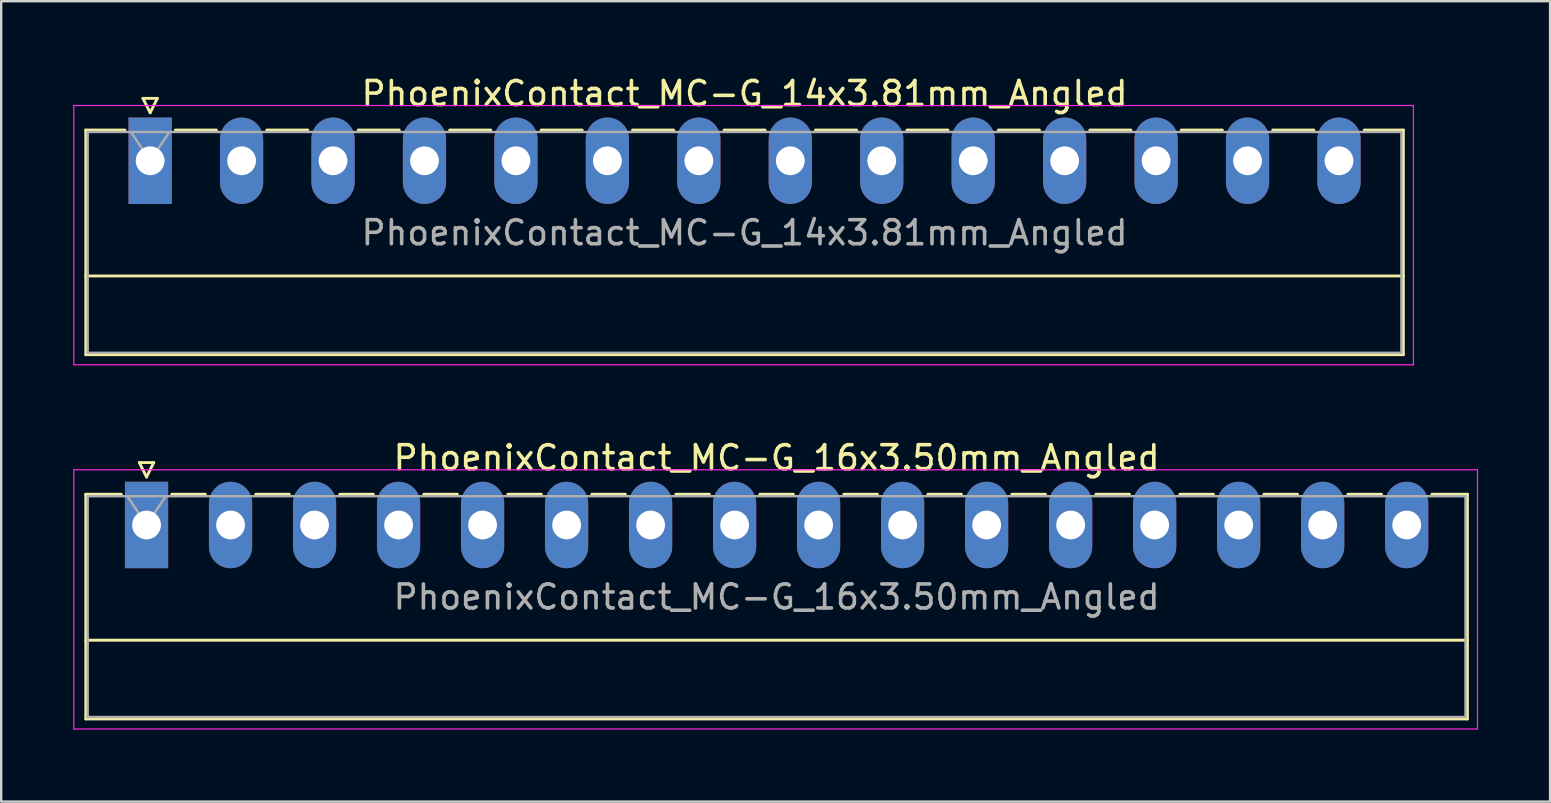
<source format=kicad_pcb>
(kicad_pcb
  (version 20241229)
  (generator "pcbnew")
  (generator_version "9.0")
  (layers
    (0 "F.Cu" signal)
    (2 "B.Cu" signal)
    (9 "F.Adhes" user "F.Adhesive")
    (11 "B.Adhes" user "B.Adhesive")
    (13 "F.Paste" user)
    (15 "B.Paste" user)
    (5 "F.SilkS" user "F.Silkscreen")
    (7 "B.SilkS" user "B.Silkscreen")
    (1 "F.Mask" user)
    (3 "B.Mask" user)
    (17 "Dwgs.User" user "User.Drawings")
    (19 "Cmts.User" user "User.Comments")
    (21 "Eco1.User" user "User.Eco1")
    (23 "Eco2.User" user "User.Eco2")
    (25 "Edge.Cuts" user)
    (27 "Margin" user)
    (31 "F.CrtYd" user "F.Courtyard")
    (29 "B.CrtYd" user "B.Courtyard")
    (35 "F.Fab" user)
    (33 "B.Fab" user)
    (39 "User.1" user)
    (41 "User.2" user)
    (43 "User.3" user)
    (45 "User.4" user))
  (footprint "PhoenixContact_MC-G_16x3.50mm_Angled"
    (layer "F.Cu")
    (at 3.055 18.822)
    (property "Reference" "PhoenixContact_MC-G_16x3.50mm_Angled" (at 26.25 -2.8 0) (layer "F.SilkS") (effects (font (size 1 1) (thickness 0.15))))
    (attr through_hole)
    (fp_line (start -2.53 -1.28) (end -2.53 8.08) (stroke (width 0.12) (type solid)) (layer "F.SilkS"))
    (fp_line (start -2.53 -1.28) (end -1.05 -1.28) (stroke (width 0.12) (type solid)) (layer "F.SilkS"))
    (fp_line (start -2.53 4.8) (end 55.03 4.8) (stroke (width 0.12) (type solid)) (layer "F.SilkS"))
    (fp_line (start -2.53 8.08) (end 55.03 8.08) (stroke (width 0.12) (type solid)) (layer "F.SilkS"))
    (fp_line (start -0.3 -2.6) (end 0.3 -2.6) (stroke (width 0.12) (type solid)) (layer "F.SilkS"))
    (fp_line (start 0 -2) (end -0.3 -2.6) (stroke (width 0.12) (type solid)) (layer "F.SilkS"))
    (fp_line (start 0.3 -2.6) (end 0 -2) (stroke (width 0.12) (type solid)) (layer "F.SilkS"))
    (fp_line (start 1.05 -1.28) (end 2.45 -1.28) (stroke (width 0.12) (type solid)) (layer "F.SilkS"))
    (fp_line (start 4.55 -1.28) (end 5.95 -1.28) (stroke (width 0.12) (type solid)) (layer "F.SilkS"))
    (fp_line (start 8.05 -1.28) (end 9.45 -1.28) (stroke (width 0.12) (type solid)) (layer "F.SilkS"))
    (fp_line (start 11.55 -1.28) (end 12.95 -1.28) (stroke (width 0.12) (type solid)) (layer "F.SilkS"))
    (fp_line (start 15.05 -1.28) (end 16.45 -1.28) (stroke (width 0.12) (type solid)) (layer "F.SilkS"))
    (fp_line (start 18.55 -1.28) (end 19.95 -1.28) (stroke (width 0.12) (type solid)) (layer "F.SilkS"))
    (fp_line (start 22.05 -1.28) (end 23.45 -1.28) (stroke (width 0.12) (type solid)) (layer "F.SilkS"))
    (fp_line (start 25.55 -1.28) (end 26.95 -1.28) (stroke (width 0.12) (type solid)) (layer "F.SilkS"))
    (fp_line (start 29.05 -1.28) (end 30.45 -1.28) (stroke (width 0.12) (type solid)) (layer "F.SilkS"))
    (fp_line (start 32.55 -1.28) (end 33.95 -1.28) (stroke (width 0.12) (type solid)) (layer "F.SilkS"))
    (fp_line (start 36.05 -1.28) (end 37.45 -1.28) (stroke (width 0.12) (type solid)) (layer "F.SilkS"))
    (fp_line (start 39.55 -1.28) (end 40.95 -1.28) (stroke (width 0.12) (type solid)) (layer "F.SilkS"))
    (fp_line (start 43.05 -1.28) (end 44.45 -1.28) (stroke (width 0.12) (type solid)) (layer "F.SilkS"))
    (fp_line (start 46.55 -1.28) (end 47.95 -1.28) (stroke (width 0.12) (type solid)) (layer "F.SilkS"))
    (fp_line (start 50.05 -1.28) (end 51.45 -1.28) (stroke (width 0.12) (type solid)) (layer "F.SilkS"))
    (fp_line (start 55.03 -1.28) (end 53.55 -1.28) (stroke (width 0.12) (type solid)) (layer "F.SilkS"))
    (fp_line (start 55.03 8.08) (end 55.03 -1.28) (stroke (width 0.12) (type solid)) (layer "F.SilkS"))
    (fp_line (start -3.03 -2.3) (end -3.03 8.5) (stroke (width 0.05) (type solid)) (layer "F.CrtYd"))
    (fp_line (start -3.03 8.5) (end 55.45 8.5) (stroke (width 0.05) (type solid)) (layer "F.CrtYd"))
    (fp_line (start 55.45 -2.3) (end -3.03 -2.3) (stroke (width 0.05) (type solid)) (layer "F.CrtYd"))
    (fp_line (start 55.45 8.5) (end 55.45 -2.3) (stroke (width 0.05) (type solid)) (layer "F.CrtYd"))
    (fp_line (start -2.45 -1.2) (end -2.45 8) (stroke (width 0.1) (type solid)) (layer "F.Fab"))
    (fp_line (start -2.45 8) (end 54.95 8) (stroke (width 0.1) (type solid)) (layer "F.Fab"))
    (fp_line (start 0 0) (end -0.8 -1.2) (stroke (width 0.1) (type solid)) (layer "F.Fab"))
    (fp_line (start 0.8 -1.2) (end 0 0) (stroke (width 0.1) (type solid)) (layer "F.Fab"))
    (fp_line (start 54.95 -1.2) (end -2.45 -1.2) (stroke (width 0.1) (type solid)) (layer "F.Fab"))
    (fp_line (start 54.95 8) (end 54.95 -1.2) (stroke (width 0.1) (type solid)) (layer "F.Fab"))
    (fp_text user "${REFERENCE}" (at 26.25 3 0) (layer "F.Fab") (effects (font (size 1 1) (thickness 0.15))))
    (pad "1" thru_hole rect (at 0 0) (size 1.8 3.6) (drill 1.2) (layers "*.Cu" "*.Mask"))
    (pad "2" thru_hole oval (at 3.5 0) (size 1.8 3.6) (drill 1.2) (layers "*.Cu" "*.Mask"))
    (pad "3" thru_hole oval (at 7 0) (size 1.8 3.6) (drill 1.2) (layers "*.Cu" "*.Mask"))
    (pad "4" thru_hole oval (at 10.5 0) (size 1.8 3.6) (drill 1.2) (layers "*.Cu" "*.Mask"))
    (pad "5" thru_hole oval (at 14 0) (size 1.8 3.6) (drill 1.2) (layers "*.Cu" "*.Mask"))
    (pad "6" thru_hole oval (at 17.5 0) (size 1.8 3.6) (drill 1.2) (layers "*.Cu" "*.Mask"))
    (pad "7" thru_hole oval (at 21 0) (size 1.8 3.6) (drill 1.2) (layers "*.Cu" "*.Mask"))
    (pad "8" thru_hole oval (at 24.5 0) (size 1.8 3.6) (drill 1.2) (layers "*.Cu" "*.Mask"))
    (pad "9" thru_hole oval (at 28 0) (size 1.8 3.6) (drill 1.2) (layers "*.Cu" "*.Mask"))
    (pad "10" thru_hole oval (at 31.5 0) (size 1.8 3.6) (drill 1.2) (layers "*.Cu" "*.Mask"))
    (pad "11" thru_hole oval (at 35 0) (size 1.8 3.6) (drill 1.2) (layers "*.Cu" "*.Mask"))
    (pad "12" thru_hole oval (at 38.5 0) (size 1.8 3.6) (drill 1.2) (layers "*.Cu" "*.Mask"))
    (pad "13" thru_hole oval (at 42 0) (size 1.8 3.6) (drill 1.2) (layers "*.Cu" "*.Mask"))
    (pad "14" thru_hole oval (at 45.5 0) (size 1.8 3.6) (drill 1.2) (layers "*.Cu" "*.Mask"))
    (pad "15" thru_hole oval (at 49 0) (size 1.8 3.6) (drill 1.2) (layers "*.Cu" "*.Mask"))
    (pad "16" thru_hole oval (at 52.5 0) (size 1.8 3.6) (drill 1.2) (layers "*.Cu" "*.Mask")))
  (footprint "PhoenixContact_MC-G_14x3.81mm_Angled"
    (layer "F.Cu")
    (at 3.205 3.648)
    (property "Reference" "PhoenixContact_MC-G_14x3.81mm_Angled" (at 24.765 -2.8 0) (layer "F.SilkS") (effects (font (size 1 1) (thickness 0.15))))
    (attr through_hole)
    (fp_line (start -2.68 -1.28) (end -2.68 8.08) (stroke (width 0.12) (type solid)) (layer "F.SilkS"))
    (fp_line (start -2.68 -1.28) (end -1.05 -1.28) (stroke (width 0.12) (type solid)) (layer "F.SilkS"))
    (fp_line (start -2.68 4.8) (end 52.21 4.8) (stroke (width 0.12) (type solid)) (layer "F.SilkS"))
    (fp_line (start -2.68 8.08) (end 52.21 8.08) (stroke (width 0.12) (type solid)) (layer "F.SilkS"))
    (fp_line (start -0.3 -2.6) (end 0.3 -2.6) (stroke (width 0.12) (type solid)) (layer "F.SilkS"))
    (fp_line (start 0 -2) (end -0.3 -2.6) (stroke (width 0.12) (type solid)) (layer "F.SilkS"))
    (fp_line (start 0.3 -2.6) (end 0 -2) (stroke (width 0.12) (type solid)) (layer "F.SilkS"))
    (fp_line (start 1.05 -1.28) (end 2.76 -1.28) (stroke (width 0.12) (type solid)) (layer "F.SilkS"))
    (fp_line (start 4.86 -1.28) (end 6.57 -1.28) (stroke (width 0.12) (type solid)) (layer "F.SilkS"))
    (fp_line (start 8.67 -1.28) (end 10.38 -1.28) (stroke (width 0.12) (type solid)) (layer "F.SilkS"))
    (fp_line (start 12.48 -1.28) (end 14.19 -1.28) (stroke (width 0.12) (type solid)) (layer "F.SilkS"))
    (fp_line (start 16.29 -1.28) (end 18 -1.28) (stroke (width 0.12) (type solid)) (layer "F.SilkS"))
    (fp_line (start 20.1 -1.28) (end 21.81 -1.28) (stroke (width 0.12) (type solid)) (layer "F.SilkS"))
    (fp_line (start 23.91 -1.28) (end 25.62 -1.28) (stroke (width 0.12) (type solid)) (layer "F.SilkS"))
    (fp_line (start 27.72 -1.28) (end 29.43 -1.28) (stroke (width 0.12) (type solid)) (layer "F.SilkS"))
    (fp_line (start 31.53 -1.28) (end 33.24 -1.28) (stroke (width 0.12) (type solid)) (layer "F.SilkS"))
    (fp_line (start 35.34 -1.28) (end 37.05 -1.28) (stroke (width 0.12) (type solid)) (layer "F.SilkS"))
    (fp_line (start 39.15 -1.28) (end 40.86 -1.28) (stroke (width 0.12) (type solid)) (layer "F.SilkS"))
    (fp_line (start 42.96 -1.28) (end 44.67 -1.28) (stroke (width 0.12) (type solid)) (layer "F.SilkS"))
    (fp_line (start 46.77 -1.28) (end 48.48 -1.28) (stroke (width 0.12) (type solid)) (layer "F.SilkS"))
    (fp_line (start 52.21 -1.28) (end 50.58 -1.28) (stroke (width 0.12) (type solid)) (layer "F.SilkS"))
    (fp_line (start 52.21 8.08) (end 52.21 -1.28) (stroke (width 0.12) (type solid)) (layer "F.SilkS"))
    (fp_line (start -3.18 -2.3) (end -3.18 8.5) (stroke (width 0.05) (type solid)) (layer "F.CrtYd"))
    (fp_line (start -3.18 8.5) (end 52.63 8.5) (stroke (width 0.05) (type solid)) (layer "F.CrtYd"))
    (fp_line (start 52.63 -2.3) (end -3.18 -2.3) (stroke (width 0.05) (type solid)) (layer "F.CrtYd"))
    (fp_line (start 52.63 8.5) (end 52.63 -2.3) (stroke (width 0.05) (type solid)) (layer "F.CrtYd"))
    (fp_line (start -2.6 -1.2) (end -2.6 8) (stroke (width 0.1) (type solid)) (layer "F.Fab"))
    (fp_line (start -2.6 8) (end 52.13 8) (stroke (width 0.1) (type solid)) (layer "F.Fab"))
    (fp_line (start 0 0) (end -0.8 -1.2) (stroke (width 0.1) (type solid)) (layer "F.Fab"))
    (fp_line (start 0.8 -1.2) (end 0 0) (stroke (width 0.1) (type solid)) (layer "F.Fab"))
    (fp_line (start 52.13 -1.2) (end -2.6 -1.2) (stroke (width 0.1) (type solid)) (layer "F.Fab"))
    (fp_line (start 52.13 8) (end 52.13 -1.2) (stroke (width 0.1) (type solid)) (layer "F.Fab"))
    (fp_text user "${REFERENCE}" (at 24.765 3 0) (layer "F.Fab") (effects (font (size 1 1) (thickness 0.15))))
    (pad "1" thru_hole rect (at 0 0) (size 1.8 3.6) (drill 1.2) (layers "*.Cu" "*.Mask"))
    (pad "2" thru_hole oval (at 3.81 0) (size 1.8 3.6) (drill 1.2) (layers "*.Cu" "*.Mask"))
    (pad "3" thru_hole oval (at 7.62 0) (size 1.8 3.6) (drill 1.2) (layers "*.Cu" "*.Mask"))
    (pad "4" thru_hole oval (at 11.43 0) (size 1.8 3.6) (drill 1.2) (layers "*.Cu" "*.Mask"))
    (pad "5" thru_hole oval (at 15.24 0) (size 1.8 3.6) (drill 1.2) (layers "*.Cu" "*.Mask"))
    (pad "6" thru_hole oval (at 19.05 0) (size 1.8 3.6) (drill 1.2) (layers "*.Cu" "*.Mask"))
    (pad "7" thru_hole oval (at 22.86 0) (size 1.8 3.6) (drill 1.2) (layers "*.Cu" "*.Mask"))
    (pad "8" thru_hole oval (at 26.67 0) (size 1.8 3.6) (drill 1.2) (layers "*.Cu" "*.Mask"))
    (pad "9" thru_hole oval (at 30.48 0) (size 1.8 3.6) (drill 1.2) (layers "*.Cu" "*.Mask"))
    (pad "10" thru_hole oval (at 34.29 0) (size 1.8 3.6) (drill 1.2) (layers "*.Cu" "*.Mask"))
    (pad "11" thru_hole oval (at 38.1 0) (size 1.8 3.6) (drill 1.2) (layers "*.Cu" "*.Mask"))
    (pad "12" thru_hole oval (at 41.91 0) (size 1.8 3.6) (drill 1.2) (layers "*.Cu" "*.Mask"))
    (pad "13" thru_hole oval (at 45.72 0) (size 1.8 3.6) (drill 1.2) (layers "*.Cu" "*.Mask"))
    (pad "14" thru_hole oval (at 49.53 0) (size 1.8 3.6) (drill 1.2) (layers "*.Cu" "*.Mask")))
  (gr_rect
    (start -3 -3)
    (end 61.53 30.346)
    (stroke (width 0.1) (type default))
    (fill no)
    (layer "Edge.Cuts")))
</source>
